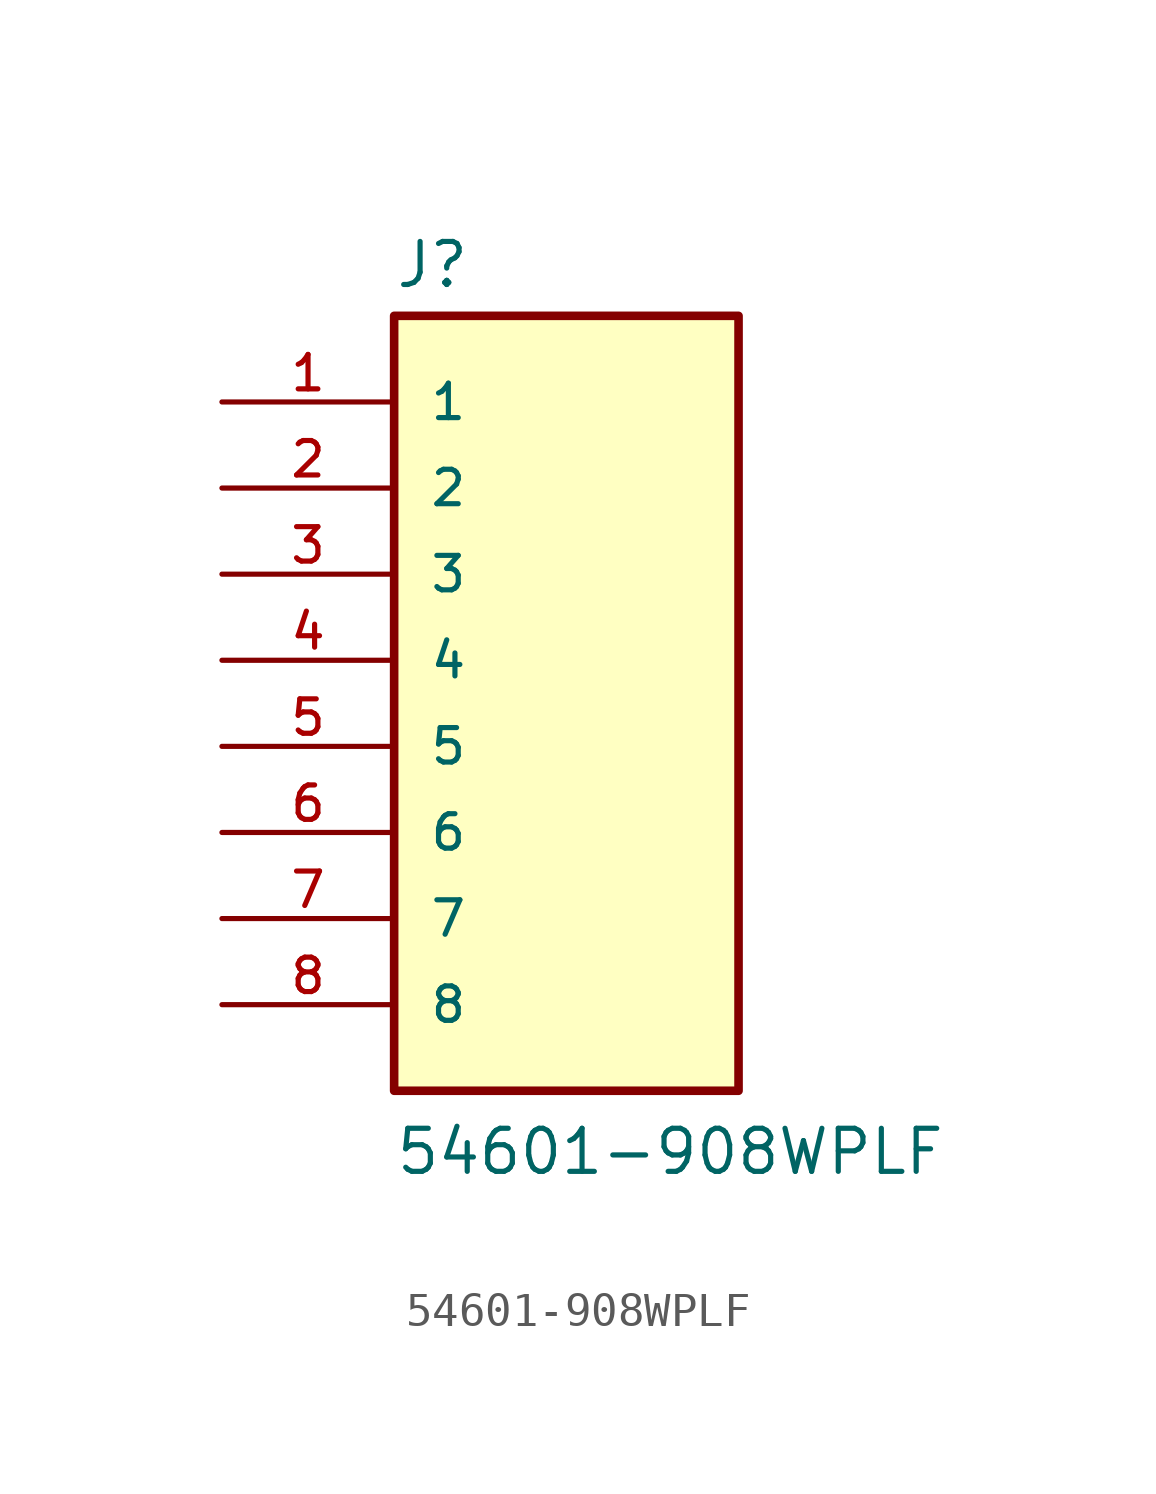
<source format=kicad_sym>
(kicad_symbol_lib
  (version 20211014)
  (generator kicad_symbol_editor)
  (symbol "54601-908WPLF"
    (pin_names
      (offset 1.016))
    (property "Reference" "J"
      (at -5.08 10.922 0)
      (effects (font (size 1.27 1.27)) (justify bottom left)))
    (property "Value" "54601-908WPLF"
      (at -5.08 -15.24 0)
      (effects (font (size 1.27 1.27)) (justify bottom left)))
    (symbol "54601-908WPLF_0_0"
      (rectangle (start -5.08 -12.7) (end 5.08 10.16) (stroke (width 0.254)) (fill (type background)))
      (pin passive line (at -10.16 7.62 0) (length 5.08) (name "1" (effects (font (size 1.016 1.016)))) (number "1" (effects (font (size 1.016 1.016)))))
      (pin passive line (at -10.16 5.08 0) (length 5.08) (name "2" (effects (font (size 1.016 1.016)))) (number "2" (effects (font (size 1.016 1.016)))))
      (pin passive line (at -10.16 2.54 0) (length 5.08) (name "3" (effects (font (size 1.016 1.016)))) (number "3" (effects (font (size 1.016 1.016)))))
      (pin passive line (at -10.16 0.0 0) (length 5.08) (name "4" (effects (font (size 1.016 1.016)))) (number "4" (effects (font (size 1.016 1.016)))))
      (pin passive line (at -10.16 -2.54 0) (length 5.08) (name "5" (effects (font (size 1.016 1.016)))) (number "5" (effects (font (size 1.016 1.016)))))
      (pin passive line (at -10.16 -5.08 0) (length 5.08) (name "6" (effects (font (size 1.016 1.016)))) (number "6" (effects (font (size 1.016 1.016)))))
      (pin passive line (at -10.16 -7.62 0) (length 5.08) (name "7" (effects (font (size 1.016 1.016)))) (number "7" (effects (font (size 1.016 1.016)))))
      (pin passive line (at -10.16 -10.16 0) (length 5.08) (name "8" (effects (font (size 1.016 1.016)))) (number "8" (effects (font (size 1.016 1.016))))))))
</source>
